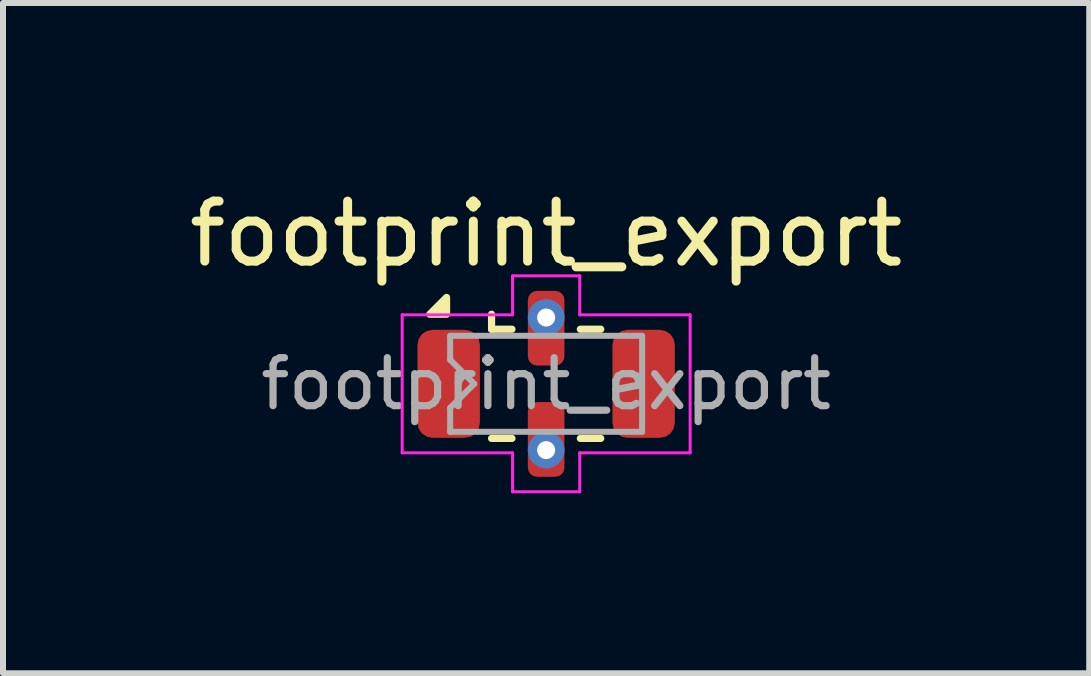
<source format=kicad_pcb>
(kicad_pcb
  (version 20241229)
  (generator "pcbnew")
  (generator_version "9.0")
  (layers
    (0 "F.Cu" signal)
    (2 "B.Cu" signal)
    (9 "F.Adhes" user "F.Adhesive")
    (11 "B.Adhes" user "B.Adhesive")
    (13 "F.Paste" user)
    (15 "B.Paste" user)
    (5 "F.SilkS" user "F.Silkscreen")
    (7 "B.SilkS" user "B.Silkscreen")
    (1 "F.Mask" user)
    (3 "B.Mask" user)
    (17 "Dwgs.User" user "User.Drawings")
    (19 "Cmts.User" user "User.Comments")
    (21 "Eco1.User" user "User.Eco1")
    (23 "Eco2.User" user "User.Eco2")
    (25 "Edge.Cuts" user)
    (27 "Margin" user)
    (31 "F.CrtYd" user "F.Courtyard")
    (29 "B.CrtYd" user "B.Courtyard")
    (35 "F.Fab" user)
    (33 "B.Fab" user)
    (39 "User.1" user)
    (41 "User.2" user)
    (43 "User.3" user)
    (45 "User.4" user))
  (footprint "footprint_export"
    (layer "F.Cu")
    (at 6.054 3.348)
    (property "Reference" "footprint_export" (at 0 -2.5 0) (layer "F.SilkS") (effects (font (size 1 1) (thickness 0.15))))
    (attr smd)
    (fp_line (start -0.91 -0.91) (end -0.91 -1.16) (stroke (width 0.12) (type solid)) (layer "F.SilkS"))
    (fp_line (start -0.91 -0.91) (end -0.57 -0.91) (stroke (width 0.12) (type solid)) (layer "F.SilkS"))
    (fp_line (start -0.91 0.91) (end -0.57 0.91) (stroke (width 0.12) (type solid)) (layer "F.SilkS"))
    (fp_line (start 0.57 -0.91) (end 0.91 -0.91) (stroke (width 0.12) (type solid)) (layer "F.SilkS"))
    (fp_line (start 0.57 0.91) (end 0.91 0.91) (stroke (width 0.12) (type solid)) (layer "F.SilkS"))
    (fp_poly (pts (xy -1.66 -1.16) (xy -1.94 -1.16) (xy -1.66 -1.44) (xy -1.66 -1.16)) (stroke (width 0.12) (type solid)) (fill yes) (layer "F.SilkS"))
    (fp_line (start -2.4 -1.15) (end -2.4 1.15) (stroke (width 0.05) (type solid)) (layer "F.CrtYd"))
    (fp_line (start -2.4 1.15) (end -0.56 1.15) (stroke (width 0.05) (type solid)) (layer "F.CrtYd"))
    (fp_line (start -0.56 -1.15) (end -2.4 -1.15) (stroke (width 0.05) (type solid)) (layer "F.CrtYd"))
    (fp_line (start -0.56 -1.15) (end -0.56 -1.8) (stroke (width 0.05) (type solid)) (layer "F.CrtYd"))
    (fp_line (start -0.56 1.8) (end -0.56 1.15) (stroke (width 0.05) (type solid)) (layer "F.CrtYd"))
    (fp_line (start 0.56 -1.8) (end -0.56 -1.8) (stroke (width 0.05) (type solid)) (layer "F.CrtYd"))
    (fp_line (start 0.56 -1.15) (end 0.56 -1.8) (stroke (width 0.05) (type solid)) (layer "F.CrtYd"))
    (fp_line (start 0.56 -1.15) (end 2.4 -1.15) (stroke (width 0.05) (type solid)) (layer "F.CrtYd"))
    (fp_line (start 0.56 1.8) (end -0.56 1.8) (stroke (width 0.05) (type solid)) (layer "F.CrtYd"))
    (fp_line (start 0.56 1.8) (end 0.56 1.15) (stroke (width 0.05) (type solid)) (layer "F.CrtYd"))
    (fp_line (start 2.4 -1.15) (end 2.4 1.15) (stroke (width 0.05) (type solid)) (layer "F.CrtYd"))
    (fp_line (start 2.4 1.15) (end 0.56 1.15) (stroke (width 0.05) (type solid)) (layer "F.CrtYd"))
    (fp_line (start -1.6 -0.8) (end -1.6 -0.4) (stroke (width 0.1) (type solid)) (layer "F.Fab"))
    (fp_line (start -1.6 -0.8) (end 1.6 -0.8) (stroke (width 0.1) (type solid)) (layer "F.Fab"))
    (fp_line (start -1.6 0.8) (end -1.6 0.4) (stroke (width 0.1) (type solid)) (layer "F.Fab"))
    (fp_line (start -1.2 0) (end -1.6 -0.4) (stroke (width 0.1) (type solid)) (layer "F.Fab"))
    (fp_line (start -1.2 0) (end -1.6 0.4) (stroke (width 0.1) (type solid)) (layer "F.Fab"))
    (fp_line (start 1.6 -0.8) (end 1.6 0.8) (stroke (width 0.1) (type solid)) (layer "F.Fab"))
    (fp_line (start 1.6 0.8) (end -1.6 0.8) (stroke (width 0.1) (type solid)) (layer "F.Fab"))
    (fp_text user "${REFERENCE}" (at 0 0 0) (layer "F.Fab") (effects (font (size 0.8 0.8) (thickness 0.12))))
    (pad "1" smd roundrect (at -1.625 0) (size 1.04 1.8) (layers "F.Cu" "F.Mask" "F.Paste") (roundrect_rratio 0.24))
    (pad "2" smd roundrect (at 0 0.927) (size 0.61 1.245) (layers "F.Cu" "F.Mask" "F.Paste") (roundrect_rratio 0.25))
    (pad "2" thru_hole circle (at 0 1.105) (size 0.61 0.61) (drill 0.3) (layers "*.Cu" "*.Mask"))
    (pad "3" smd roundrect (at 1.625 0) (size 1.04 1.8) (layers "F.Cu" "F.Mask" "F.Paste") (roundrect_rratio 0.24))
    (pad "4" thru_hole circle (at 0 -1.105) (size 0.61 0.61) (drill 0.3) (layers "*.Cu" "*.Mask"))
    (pad "4" smd roundrect (at 0 -0.927) (size 0.61 1.245) (layers "F.Cu" "F.Mask" "F.Paste") (roundrect_rratio 0.25)))
  (gr_rect
    (start -3 -3)
    (end 15.107 8.173)
    (stroke (width 0.1) (type default))
    (fill no)
    (layer "Edge.Cuts")))
</source>
